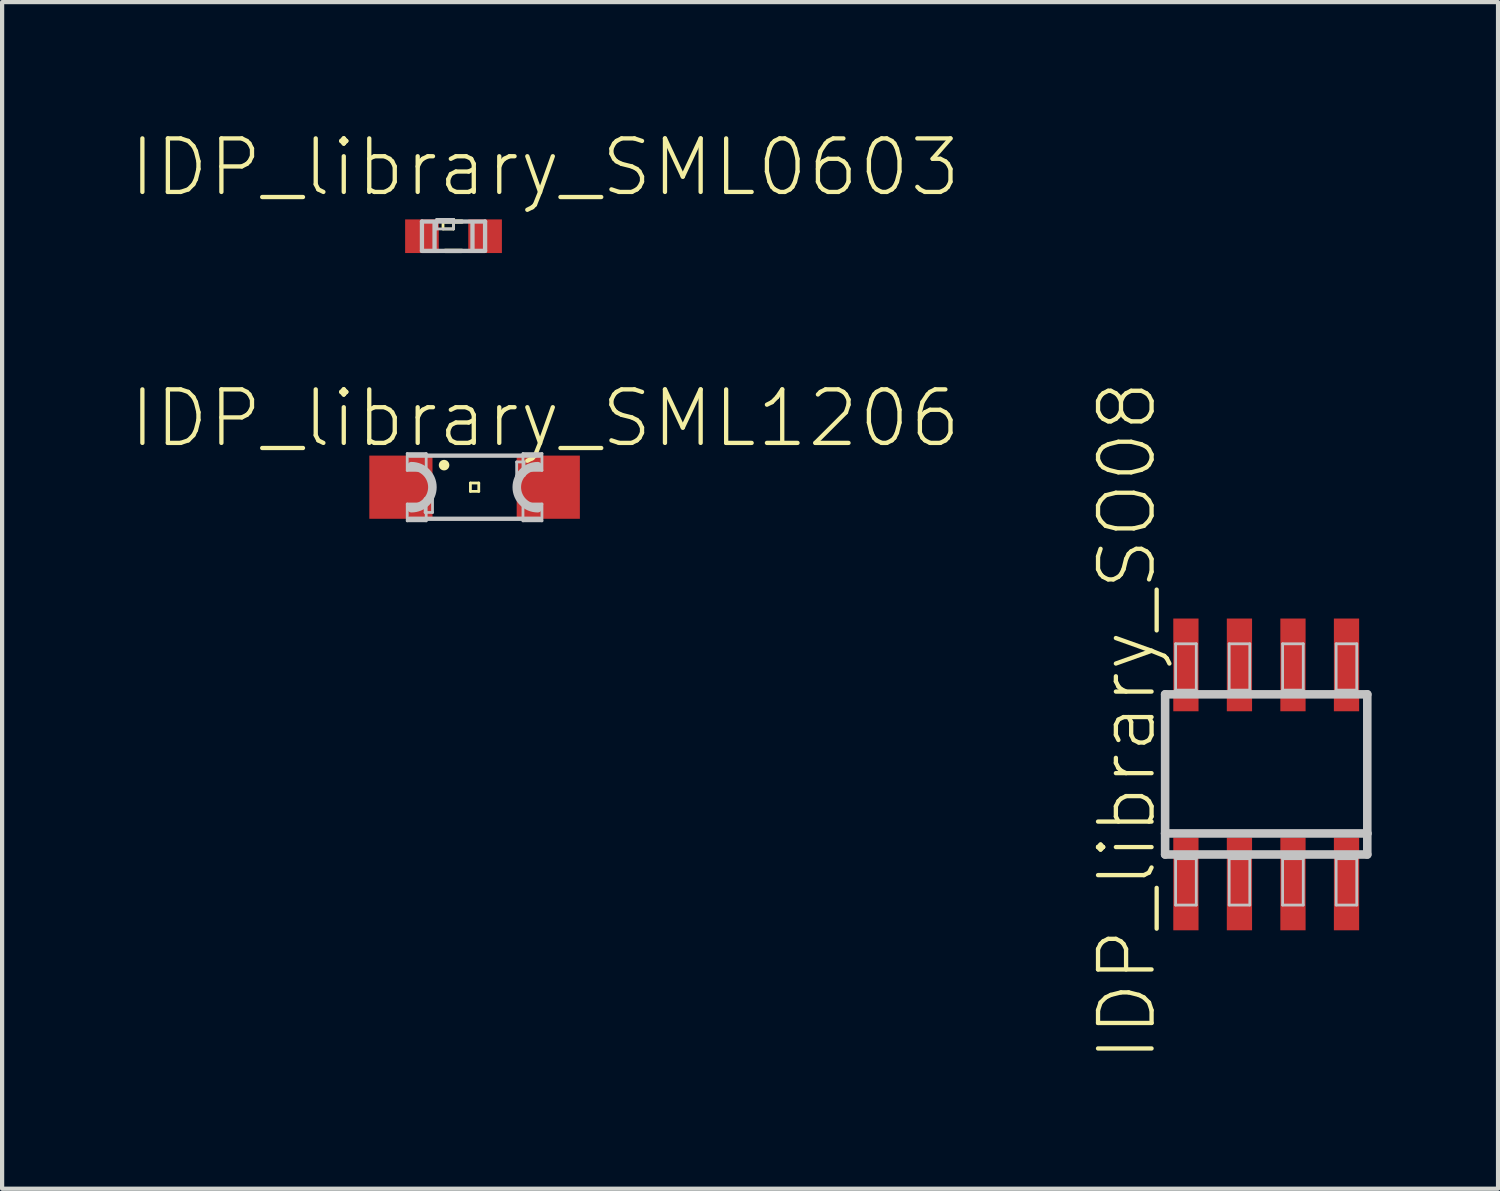
<source format=kicad_pcb>
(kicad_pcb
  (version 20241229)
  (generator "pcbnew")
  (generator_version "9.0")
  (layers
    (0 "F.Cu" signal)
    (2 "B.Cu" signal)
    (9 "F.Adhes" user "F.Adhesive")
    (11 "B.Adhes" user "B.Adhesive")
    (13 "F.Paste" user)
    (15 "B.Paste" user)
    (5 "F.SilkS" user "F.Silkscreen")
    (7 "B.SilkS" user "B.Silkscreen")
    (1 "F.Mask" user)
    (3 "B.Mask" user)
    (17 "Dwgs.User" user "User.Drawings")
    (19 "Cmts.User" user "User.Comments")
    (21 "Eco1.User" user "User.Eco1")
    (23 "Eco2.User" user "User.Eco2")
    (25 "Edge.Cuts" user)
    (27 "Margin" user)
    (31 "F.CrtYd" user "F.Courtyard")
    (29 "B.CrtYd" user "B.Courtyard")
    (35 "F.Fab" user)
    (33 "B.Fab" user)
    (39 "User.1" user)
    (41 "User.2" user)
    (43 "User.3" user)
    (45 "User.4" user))
  (footprint "IDP_library_SO08"
    (layer "F.Cu")
    (at 26.989 15.322)
    (property "Reference" "IDP_library_SO08" (at -3.302 -1.27 90) (layer "F.SilkS") (effects (font (size 1.27 1.27) (thickness 0.102))))
    (attr smd)
    (fp_line (start -2.398 -1.9) (end 2.398 -1.9) (stroke (width 0.203) (type solid)) (layer "Dwgs.User"))
    (fp_line (start -2.398 1.4) (end -2.398 -1.9) (stroke (width 0.203) (type solid)) (layer "Dwgs.User"))
    (fp_line (start -2.398 1.9) (end -2.398 1.4) (stroke (width 0.203) (type solid)) (layer "Dwgs.User"))
    (fp_line (start -2.149 -3.099) (end -1.659 -3.099) (stroke (width 0.066) (type solid)) (layer "Dwgs.User"))
    (fp_line (start -2.149 -1.999) (end -2.149 -3.099) (stroke (width 0.066) (type solid)) (layer "Dwgs.User"))
    (fp_line (start -2.149 -1.999) (end -1.659 -1.999) (stroke (width 0.066) (type solid)) (layer "Dwgs.User"))
    (fp_line (start -2.149 1.999) (end -1.659 1.999) (stroke (width 0.066) (type solid)) (layer "Dwgs.User"))
    (fp_line (start -2.149 3.099) (end -2.149 1.999) (stroke (width 0.066) (type solid)) (layer "Dwgs.User"))
    (fp_line (start -2.149 3.099) (end -1.659 3.099) (stroke (width 0.066) (type solid)) (layer "Dwgs.User"))
    (fp_line (start -1.659 -1.999) (end -1.659 -3.099) (stroke (width 0.066) (type solid)) (layer "Dwgs.User"))
    (fp_line (start -1.659 3.099) (end -1.659 1.999) (stroke (width 0.066) (type solid)) (layer "Dwgs.User"))
    (fp_line (start -0.879 -3.099) (end -0.389 -3.099) (stroke (width 0.066) (type solid)) (layer "Dwgs.User"))
    (fp_line (start -0.879 -1.999) (end -0.879 -3.099) (stroke (width 0.066) (type solid)) (layer "Dwgs.User"))
    (fp_line (start -0.879 -1.999) (end -0.389 -1.999) (stroke (width 0.066) (type solid)) (layer "Dwgs.User"))
    (fp_line (start -0.879 1.999) (end -0.389 1.999) (stroke (width 0.066) (type solid)) (layer "Dwgs.User"))
    (fp_line (start -0.879 3.099) (end -0.879 1.999) (stroke (width 0.066) (type solid)) (layer "Dwgs.User"))
    (fp_line (start -0.879 3.099) (end -0.389 3.099) (stroke (width 0.066) (type solid)) (layer "Dwgs.User"))
    (fp_line (start -0.389 -1.999) (end -0.389 -3.099) (stroke (width 0.066) (type solid)) (layer "Dwgs.User"))
    (fp_line (start -0.389 3.099) (end -0.389 1.999) (stroke (width 0.066) (type solid)) (layer "Dwgs.User"))
    (fp_line (start 0.389 -3.099) (end 0.879 -3.099) (stroke (width 0.066) (type solid)) (layer "Dwgs.User"))
    (fp_line (start 0.389 -1.999) (end 0.389 -3.099) (stroke (width 0.066) (type solid)) (layer "Dwgs.User"))
    (fp_line (start 0.389 -1.999) (end 0.879 -1.999) (stroke (width 0.066) (type solid)) (layer "Dwgs.User"))
    (fp_line (start 0.389 1.999) (end 0.879 1.999) (stroke (width 0.066) (type solid)) (layer "Dwgs.User"))
    (fp_line (start 0.389 3.099) (end 0.389 1.999) (stroke (width 0.066) (type solid)) (layer "Dwgs.User"))
    (fp_line (start 0.389 3.099) (end 0.879 3.099) (stroke (width 0.066) (type solid)) (layer "Dwgs.User"))
    (fp_line (start 0.879 -1.999) (end 0.879 -3.099) (stroke (width 0.066) (type solid)) (layer "Dwgs.User"))
    (fp_line (start 0.879 3.099) (end 0.879 1.999) (stroke (width 0.066) (type solid)) (layer "Dwgs.User"))
    (fp_line (start 1.659 -3.099) (end 2.149 -3.099) (stroke (width 0.066) (type solid)) (layer "Dwgs.User"))
    (fp_line (start 1.659 -1.999) (end 1.659 -3.099) (stroke (width 0.066) (type solid)) (layer "Dwgs.User"))
    (fp_line (start 1.659 -1.999) (end 2.149 -1.999) (stroke (width 0.066) (type solid)) (layer "Dwgs.User"))
    (fp_line (start 1.659 1.999) (end 2.149 1.999) (stroke (width 0.066) (type solid)) (layer "Dwgs.User"))
    (fp_line (start 1.659 3.099) (end 1.659 1.999) (stroke (width 0.066) (type solid)) (layer "Dwgs.User"))
    (fp_line (start 1.659 3.099) (end 2.149 3.099) (stroke (width 0.066) (type solid)) (layer "Dwgs.User"))
    (fp_line (start 2.149 -1.999) (end 2.149 -3.099) (stroke (width 0.066) (type solid)) (layer "Dwgs.User"))
    (fp_line (start 2.149 3.099) (end 2.149 1.999) (stroke (width 0.066) (type solid)) (layer "Dwgs.User"))
    (fp_line (start 2.398 -1.9) (end 2.398 1.4) (stroke (width 0.203) (type solid)) (layer "Dwgs.User"))
    (fp_line (start 2.398 1.4) (end -2.398 1.4) (stroke (width 0.203) (type solid)) (layer "Dwgs.User"))
    (fp_line (start 2.398 1.4) (end 2.398 1.9) (stroke (width 0.203) (type solid)) (layer "Dwgs.User"))
    (fp_line (start 2.398 1.9) (end -2.398 1.9) (stroke (width 0.203) (type solid)) (layer "Dwgs.User"))
    (pad "1" smd rect (at -1.905 2.598) (size 0.599 2.2) (layers "F.Cu" "F.Mask" "F.Paste"))
    (pad "2" smd rect (at -0.635 2.598) (size 0.599 2.2) (layers "F.Cu" "F.Mask" "F.Paste"))
    (pad "3" smd rect (at 0.635 2.598) (size 0.599 2.2) (layers "F.Cu" "F.Mask" "F.Paste"))
    (pad "4" smd rect (at 1.905 2.598) (size 0.599 2.2) (layers "F.Cu" "F.Mask" "F.Paste"))
    (pad "5" smd rect (at 1.905 -2.598) (size 0.599 2.2) (layers "F.Cu" "F.Mask" "F.Paste"))
    (pad "6" smd rect (at 0.635 -2.598) (size 0.599 2.2) (layers "F.Cu" "F.Mask" "F.Paste"))
    (pad "7" smd rect (at -0.635 -2.598) (size 0.599 2.2) (layers "F.Cu" "F.Mask" "F.Paste"))
    (pad "8" smd rect (at -1.905 -2.598) (size 0.599 2.2) (layers "F.Cu" "F.Mask" "F.Paste")))
  (footprint "IDP_library_SML1206"
    (layer "F.Cu")
    (at 8.209 8.508)
    (property "Reference" "IDP_library_SML1206" (at 1.674 -1.633 0) (layer "F.SilkS") (effects (font (size 1.27 1.27) (thickness 0.102))))
    (attr smd)
    (fp_line (start -0.099 -0.099) (end 0.099 -0.099) (stroke (width 0.066) (type solid)) (layer "F.SilkS"))
    (fp_line (start -0.099 0.099) (end -0.099 -0.099) (stroke (width 0.066) (type solid)) (layer "F.SilkS"))
    (fp_line (start -0.099 0.099) (end 0.099 0.099) (stroke (width 0.066) (type solid)) (layer "F.SilkS"))
    (fp_line (start 0.099 0.099) (end 0.099 -0.099) (stroke (width 0.066) (type solid)) (layer "F.SilkS"))
    (fp_circle (center -0.724 -0.523) (end -0.724 -0.648) (stroke (width 0) (type solid)) (fill yes) (layer "F.SilkS"))
    (fp_line (start -1.598 -0.798) (end -1.148 -0.798) (stroke (width 0.066) (type solid)) (layer "Dwgs.User"))
    (fp_line (start -1.598 -0.399) (end -1.598 -0.798) (stroke (width 0.066) (type solid)) (layer "Dwgs.User"))
    (fp_line (start -1.598 -0.399) (end -1.148 -0.399) (stroke (width 0.066) (type solid)) (layer "Dwgs.User"))
    (fp_line (start -1.598 0.399) (end -1.148 0.399) (stroke (width 0.066) (type solid)) (layer "Dwgs.User"))
    (fp_line (start -1.598 0.798) (end -1.598 0.399) (stroke (width 0.066) (type solid)) (layer "Dwgs.User"))
    (fp_line (start -1.598 0.798) (end -1.148 0.798) (stroke (width 0.066) (type solid)) (layer "Dwgs.User"))
    (fp_line (start -1.549 -0.749) (end 1.549 -0.749) (stroke (width 0.102) (type solid)) (layer "Dwgs.User"))
    (fp_line (start -1.173 0.274) (end -0.998 0.274) (stroke (width 0.066) (type solid)) (layer "Dwgs.User"))
    (fp_line (start -1.173 0.599) (end -1.173 0.274) (stroke (width 0.066) (type solid)) (layer "Dwgs.User"))
    (fp_line (start -1.173 0.599) (end -0.998 0.599) (stroke (width 0.066) (type solid)) (layer "Dwgs.User"))
    (fp_line (start -1.148 -0.399) (end -1.148 -0.798) (stroke (width 0.066) (type solid)) (layer "Dwgs.User"))
    (fp_line (start -1.148 0.798) (end -1.148 0.399) (stroke (width 0.066) (type solid)) (layer "Dwgs.User"))
    (fp_line (start -0.998 0.599) (end -0.998 0.274) (stroke (width 0.066) (type solid)) (layer "Dwgs.User"))
    (fp_line (start 0.998 -0.599) (end 0.998 -0.274) (stroke (width 0.066) (type solid)) (layer "Dwgs.User"))
    (fp_line (start 1.148 -0.798) (end 1.148 -0.399) (stroke (width 0.066) (type solid)) (layer "Dwgs.User"))
    (fp_line (start 1.148 0.399) (end 1.148 0.798) (stroke (width 0.066) (type solid)) (layer "Dwgs.User"))
    (fp_line (start 1.173 -0.599) (end 0.998 -0.599) (stroke (width 0.066) (type solid)) (layer "Dwgs.User"))
    (fp_line (start 1.173 -0.599) (end 1.173 -0.274) (stroke (width 0.066) (type solid)) (layer "Dwgs.User"))
    (fp_line (start 1.173 -0.274) (end 0.998 -0.274) (stroke (width 0.066) (type solid)) (layer "Dwgs.User"))
    (fp_line (start 1.549 0.749) (end -1.549 0.749) (stroke (width 0.102) (type solid)) (layer "Dwgs.User"))
    (fp_line (start 1.598 -0.798) (end 1.148 -0.798) (stroke (width 0.066) (type solid)) (layer "Dwgs.User"))
    (fp_line (start 1.598 -0.798) (end 1.598 -0.399) (stroke (width 0.066) (type solid)) (layer "Dwgs.User"))
    (fp_line (start 1.598 -0.399) (end 1.148 -0.399) (stroke (width 0.066) (type solid)) (layer "Dwgs.User"))
    (fp_line (start 1.598 0.399) (end 1.148 0.399) (stroke (width 0.066) (type solid)) (layer "Dwgs.User"))
    (fp_line (start 1.598 0.399) (end 1.598 0.798) (stroke (width 0.066) (type solid)) (layer "Dwgs.User"))
    (fp_line (start 1.598 0.798) (end 1.148 0.798) (stroke (width 0.066) (type solid)) (layer "Dwgs.User"))
    (fp_arc (start -1.4986 -0.49784) (mid -1.00076 0) (end -1.4986 0.49784) (stroke (width 0.2032) (type solid)) (layer "Dwgs.User"))
    (fp_arc (start 1.4986 0.49784) (mid 1.00076 0) (end 1.4986 -0.49784) (stroke (width 0.2032) (type solid)) (layer "Dwgs.User"))
    (pad "A" smd rect (at 1.748 0) (size 1.499 1.499) (layers "F.Cu" "F.Mask" "F.Paste"))
    (pad "C" smd rect (at -1.748 0) (size 1.499 1.499) (layers "F.Cu" "F.Mask" "F.Paste")))
  (footprint "IDP_library_SML0603"
    (layer "F.Cu")
    (at 7.709 2.554)
    (property "Reference" "IDP_library_SML0603" (at 2.174 -1.633 0) (layer "F.SilkS") (effects (font (size 1.27 1.27) (thickness 0.102))))
    (attr smd)
    (fp_line (start -0.249 -0.399) (end 0 -0.399) (stroke (width 0.066) (type solid)) (layer "F.SilkS"))
    (fp_line (start -0.249 -0.173) (end -0.249 -0.399) (stroke (width 0.066) (type solid)) (layer "F.SilkS"))
    (fp_line (start -0.249 -0.173) (end 0 -0.173) (stroke (width 0.066) (type solid)) (layer "F.SilkS"))
    (fp_line (start -0.198 -0.348) (end 0.198 -0.348) (stroke (width 0.102) (type solid)) (layer "F.SilkS"))
    (fp_line (start -0.198 0.348) (end 0.198 0.348) (stroke (width 0.102) (type solid)) (layer "F.SilkS"))
    (fp_line (start 0 -0.173) (end 0 -0.399) (stroke (width 0.066) (type solid)) (layer "F.SilkS"))
    (fp_line (start -0.749 -0.348) (end 0.749 -0.348) (stroke (width 0.102) (type solid)) (layer "Dwgs.User"))
    (fp_line (start -0.749 0.348) (end -0.749 -0.348) (stroke (width 0.102) (type solid)) (layer "Dwgs.User"))
    (fp_line (start -0.45 -0.3) (end -0.45 0.3) (stroke (width 0.102) (type solid)) (layer "Dwgs.User"))
    (fp_line (start -0.399 -0.399) (end 0 -0.399) (stroke (width 0.066) (type solid)) (layer "Dwgs.User"))
    (fp_line (start -0.399 -0.173) (end -0.399 -0.399) (stroke (width 0.066) (type solid)) (layer "Dwgs.User"))
    (fp_line (start -0.399 -0.173) (end 0 -0.173) (stroke (width 0.066) (type solid)) (layer "Dwgs.User"))
    (fp_line (start 0 -0.173) (end 0 -0.399) (stroke (width 0.066) (type solid)) (layer "Dwgs.User"))
    (fp_line (start 0.45 -0.3) (end 0.45 0.3) (stroke (width 0.102) (type solid)) (layer "Dwgs.User"))
    (fp_line (start 0.749 -0.348) (end 0.749 0.348) (stroke (width 0.102) (type solid)) (layer "Dwgs.User"))
    (fp_line (start 0.749 0.348) (end -0.749 0.348) (stroke (width 0.102) (type solid)) (layer "Dwgs.User"))
    (pad "A" smd rect (at 0.749 0) (size 0.798 0.798) (layers "F.Cu" "F.Mask" "F.Paste"))
    (pad "C" smd rect (at -0.749 0) (size 0.798 0.798) (layers "F.Cu" "F.Mask" "F.Paste")))
  (gr_rect
    (start -3 -3)
    (end 32.489 25.151)
    (stroke (width 0.1) (type default))
    (fill no)
    (layer "Edge.Cuts")))
</source>
